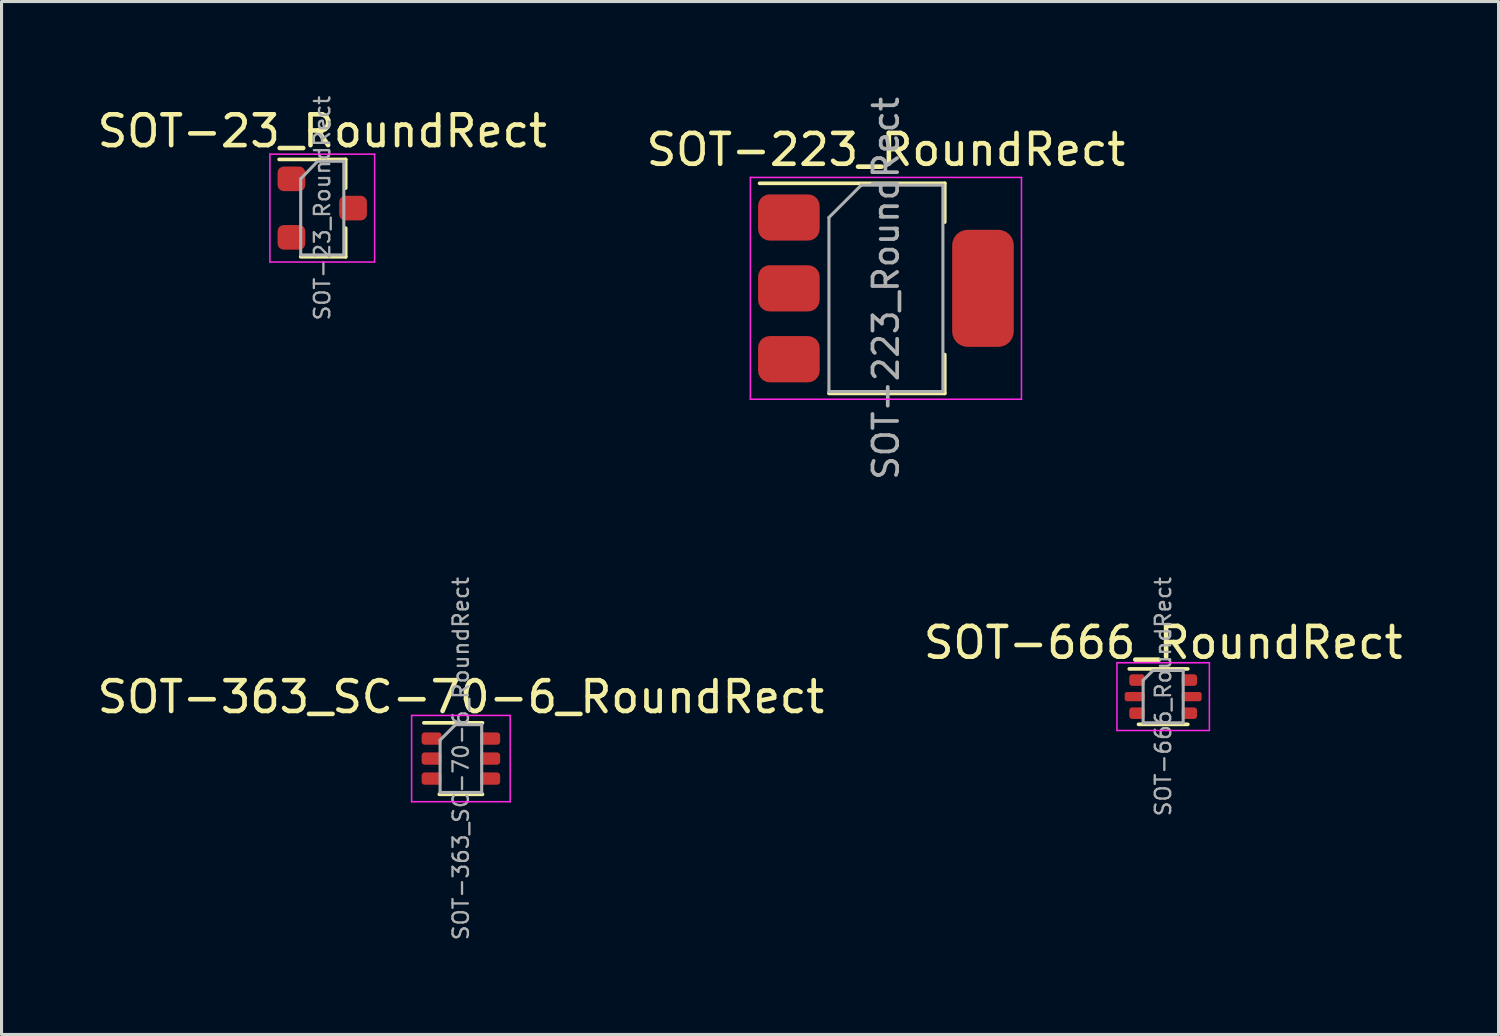
<source format=kicad_pcb>
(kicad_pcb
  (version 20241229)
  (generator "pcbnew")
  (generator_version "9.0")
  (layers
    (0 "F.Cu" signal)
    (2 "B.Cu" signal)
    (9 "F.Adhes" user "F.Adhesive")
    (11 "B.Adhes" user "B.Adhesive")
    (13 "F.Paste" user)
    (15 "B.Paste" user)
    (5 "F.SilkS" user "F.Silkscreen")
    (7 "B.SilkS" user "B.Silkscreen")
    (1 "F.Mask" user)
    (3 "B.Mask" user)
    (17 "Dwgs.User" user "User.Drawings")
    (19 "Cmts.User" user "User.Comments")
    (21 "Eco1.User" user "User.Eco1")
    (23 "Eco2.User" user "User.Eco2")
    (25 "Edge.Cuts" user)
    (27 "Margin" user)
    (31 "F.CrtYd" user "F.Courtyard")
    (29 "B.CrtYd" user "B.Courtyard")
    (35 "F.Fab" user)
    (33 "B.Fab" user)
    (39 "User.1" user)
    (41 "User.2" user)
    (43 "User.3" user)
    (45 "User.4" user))
  (footprint "SOT-223_RoundRect"
    (layer "F.Cu")
    (at 25.708 6.31)
    (property "Reference" "SOT-223_RoundRect" (at 0 -4.5 0) (layer "F.SilkS") (effects (font (size 1 1) (thickness 0.15))))
    (attr smd)
    (fp_line (start -4.1 -3.41) (end 1.91 -3.41) (stroke (width 0.12) (type solid)) (layer "F.SilkS"))
    (fp_line (start -1.85 3.41) (end 1.91 3.41) (stroke (width 0.12) (type solid)) (layer "F.SilkS"))
    (fp_line (start 1.91 -3.41) (end 1.91 -2.15) (stroke (width 0.12) (type solid)) (layer "F.SilkS"))
    (fp_line (start 1.91 3.41) (end 1.91 2.15) (stroke (width 0.12) (type solid)) (layer "F.SilkS"))
    (fp_line (start -4.4 -3.6) (end -4.4 3.6) (stroke (width 0.05) (type solid)) (layer "F.CrtYd"))
    (fp_line (start -4.4 3.6) (end 4.4 3.6) (stroke (width 0.05) (type solid)) (layer "F.CrtYd"))
    (fp_line (start 4.4 -3.6) (end -4.4 -3.6) (stroke (width 0.05) (type solid)) (layer "F.CrtYd"))
    (fp_line (start 4.4 3.6) (end 4.4 -3.6) (stroke (width 0.05) (type solid)) (layer "F.CrtYd"))
    (fp_line (start -1.85 -2.3) (end -1.85 3.35) (stroke (width 0.1) (type solid)) (layer "F.Fab"))
    (fp_line (start -1.85 -2.3) (end -0.8 -3.35) (stroke (width 0.1) (type solid)) (layer "F.Fab"))
    (fp_line (start -1.85 3.35) (end 1.85 3.35) (stroke (width 0.1) (type solid)) (layer "F.Fab"))
    (fp_line (start -0.8 -3.35) (end 1.85 -3.35) (stroke (width 0.1) (type solid)) (layer "F.Fab"))
    (fp_line (start 1.85 -3.35) (end 1.85 3.35) (stroke (width 0.1) (type solid)) (layer "F.Fab"))
    (fp_text user "${REFERENCE}" (at 0 0 90) (layer "F.Fab") (effects (font (size 0.8 0.8) (thickness 0.12))))
    (pad "1" smd roundrect (at -3.15 -2.3) (size 2 1.5) (layers "F.Cu" "F.Mask" "F.Paste") (roundrect_rratio 0.25))
    (pad "2" smd roundrect (at -3.15 0) (size 2 1.5) (layers "F.Cu" "F.Mask" "F.Paste") (roundrect_rratio 0.25))
    (pad "3" smd roundrect (at -3.15 2.3) (size 2 1.5) (layers "F.Cu" "F.Mask" "F.Paste") (roundrect_rratio 0.25))
    (pad "4" smd roundrect (at 3.15 0) (size 2 3.8) (layers "F.Cu" "F.Mask" "F.Paste") (roundrect_rratio 0.25)))
  (footprint "SOT-666_RoundRect"
    (layer "F.Cu")
    (at 34.708 19.563)
    (property "Reference" "SOT-666_RoundRect" (at 0 -1.75 0) (layer "F.SilkS") (effects (font (size 1 1) (thickness 0.15))))
    (attr smd)
    (fp_line (start -0.8 0.9) (end 0.8 0.9) (stroke (width 0.12) (type solid)) (layer "F.SilkS"))
    (fp_line (start 0.8 -0.9) (end -1.1 -0.9) (stroke (width 0.12) (type solid)) (layer "F.SilkS"))
    (fp_line (start -1.5 -1.1) (end -1.5 1.1) (stroke (width 0.05) (type solid)) (layer "F.CrtYd"))
    (fp_line (start -1.5 -1.1) (end 1.5 -1.1) (stroke (width 0.05) (type solid)) (layer "F.CrtYd"))
    (fp_line (start -1.5 1.1) (end 1.5 1.1) (stroke (width 0.05) (type solid)) (layer "F.CrtYd"))
    (fp_line (start 1.5 1.1) (end 1.5 -1.1) (stroke (width 0.05) (type solid)) (layer "F.CrtYd"))
    (fp_line (start -0.65 -0.53) (end -0.65 0.85) (stroke (width 0.1) (type solid)) (layer "F.Fab"))
    (fp_line (start -0.65 -0.53) (end -0.33 -0.85) (stroke (width 0.1) (type solid)) (layer "F.Fab"))
    (fp_line (start 0.65 -0.85) (end -0.33 -0.85) (stroke (width 0.1) (type solid)) (layer "F.Fab"))
    (fp_line (start 0.65 -0.85) (end 0.65 0.85) (stroke (width 0.1) (type solid)) (layer "F.Fab"))
    (fp_line (start 0.65 0.85) (end -0.65 0.85) (stroke (width 0.1) (type solid)) (layer "F.Fab"))
    (fp_text user "${REFERENCE}" (at 0 0 90) (layer "F.Fab") (effects (font (size 0.5 0.5) (thickness 0.075))))
    (pad "1" smd roundrect (at -0.85 -0.537) (size 0.5 0.375) (layers "F.Cu" "F.Mask" "F.Paste") (roundrect_rratio 0.25))
    (pad "2" smd roundrect (at -0.925 0) (size 0.65 0.3) (layers "F.Cu" "F.Mask" "F.Paste") (roundrect_rratio 0.25))
    (pad "3" smd roundrect (at -0.85 0.537) (size 0.5 0.375) (layers "F.Cu" "F.Mask" "F.Paste") (roundrect_rratio 0.25))
    (pad "4" smd roundrect (at 0.85 0.537) (size 0.5 0.375) (layers "F.Cu" "F.Mask" "F.Paste") (roundrect_rratio 0.25))
    (pad "5" smd roundrect (at 0.925 0) (size 0.65 0.3) (layers "F.Cu" "F.Mask" "F.Paste") (roundrect_rratio 0.25))
    (pad "6" smd roundrect (at 0.85 -0.537) (size 0.5 0.375) (layers "F.Cu" "F.Mask" "F.Paste") (roundrect_rratio 0.25)))
  (footprint "SOT-23_RoundRect"
    (layer "F.Cu")
    (at 7.411 3.705)
    (property "Reference" "SOT-23_RoundRect" (at 0 -2.5 0) (layer "F.SilkS") (effects (font (size 1 1) (thickness 0.15))))
    (attr smd)
    (fp_line (start 0.76 -1.58) (end -1.4 -1.58) (stroke (width 0.12) (type solid)) (layer "F.SilkS"))
    (fp_line (start 0.76 -1.58) (end 0.76 -0.65) (stroke (width 0.12) (type solid)) (layer "F.SilkS"))
    (fp_line (start 0.76 1.58) (end -0.7 1.58) (stroke (width 0.12) (type solid)) (layer "F.SilkS"))
    (fp_line (start 0.76 1.58) (end 0.76 0.65) (stroke (width 0.12) (type solid)) (layer "F.SilkS"))
    (fp_line (start -1.7 -1.75) (end 1.7 -1.75) (stroke (width 0.05) (type solid)) (layer "F.CrtYd"))
    (fp_line (start -1.7 1.75) (end -1.7 -1.75) (stroke (width 0.05) (type solid)) (layer "F.CrtYd"))
    (fp_line (start 1.7 -1.75) (end 1.7 1.75) (stroke (width 0.05) (type solid)) (layer "F.CrtYd"))
    (fp_line (start 1.7 1.75) (end -1.7 1.75) (stroke (width 0.05) (type solid)) (layer "F.CrtYd"))
    (fp_line (start -0.7 -0.95) (end -0.7 1.5) (stroke (width 0.1) (type solid)) (layer "F.Fab"))
    (fp_line (start -0.7 -0.95) (end -0.15 -1.52) (stroke (width 0.1) (type solid)) (layer "F.Fab"))
    (fp_line (start -0.7 1.52) (end 0.7 1.52) (stroke (width 0.1) (type solid)) (layer "F.Fab"))
    (fp_line (start -0.15 -1.52) (end 0.7 -1.52) (stroke (width 0.1) (type solid)) (layer "F.Fab"))
    (fp_line (start 0.7 -1.52) (end 0.7 1.52) (stroke (width 0.1) (type solid)) (layer "F.Fab"))
    (fp_text user "${REFERENCE}" (at 0 0 90) (layer "F.Fab") (effects (font (size 0.5 0.5) (thickness 0.075))))
    (pad "1" smd roundrect (at -1 -0.95) (size 0.9 0.8) (layers "F.Cu" "F.Mask" "F.Paste") (roundrect_rratio 0.25))
    (pad "2" smd roundrect (at -1 0.95) (size 0.9 0.8) (layers "F.Cu" "F.Mask" "F.Paste") (roundrect_rratio 0.25))
    (pad "3" smd roundrect (at 1 0) (size 0.9 0.8) (layers "F.Cu" "F.Mask" "F.Paste") (roundrect_rratio 0.25)))
  (footprint "SOT-363_SC-70-6_RoundRect"
    (layer "F.Cu")
    (at 11.911 21.574)
    (property "Reference" "SOT-363_SC-70-6_RoundRect" (at 0 -2 0) (layer "F.SilkS") (effects (font (size 1 1) (thickness 0.15))))
    (attr smd)
    (fp_line (start -0.7 1.16) (end 0.7 1.16) (stroke (width 0.12) (type solid)) (layer "F.SilkS"))
    (fp_line (start 0.7 -1.16) (end -1.2 -1.16) (stroke (width 0.12) (type solid)) (layer "F.SilkS"))
    (fp_line (start -1.6 -1.4) (end -1.6 1.4) (stroke (width 0.05) (type solid)) (layer "F.CrtYd"))
    (fp_line (start -1.6 -1.4) (end 1.6 -1.4) (stroke (width 0.05) (type solid)) (layer "F.CrtYd"))
    (fp_line (start -1.6 1.4) (end 1.6 1.4) (stroke (width 0.05) (type solid)) (layer "F.CrtYd"))
    (fp_line (start 1.6 1.4) (end 1.6 -1.4) (stroke (width 0.05) (type solid)) (layer "F.CrtYd"))
    (fp_line (start -0.675 -0.6) (end -0.675 1.1) (stroke (width 0.1) (type solid)) (layer "F.Fab"))
    (fp_line (start -0.175 -1.1) (end -0.675 -0.6) (stroke (width 0.1) (type solid)) (layer "F.Fab"))
    (fp_line (start 0.675 -1.1) (end -0.175 -1.1) (stroke (width 0.1) (type solid)) (layer "F.Fab"))
    (fp_line (start 0.675 -1.1) (end 0.675 1.1) (stroke (width 0.1) (type solid)) (layer "F.Fab"))
    (fp_line (start 0.675 1.1) (end -0.675 1.1) (stroke (width 0.1) (type solid)) (layer "F.Fab"))
    (fp_text user "${REFERENCE}" (at 0 0 90) (layer "F.Fab") (effects (font (size 0.5 0.5) (thickness 0.075))))
    (pad "1" smd roundrect (at -0.95 -0.65) (size 0.65 0.4) (layers "F.Cu" "F.Mask" "F.Paste") (roundrect_rratio 0.25))
    (pad "2" smd roundrect (at -0.95 0) (size 0.65 0.4) (layers "F.Cu" "F.Mask" "F.Paste") (roundrect_rratio 0.25))
    (pad "3" smd roundrect (at -0.95 0.65) (size 0.65 0.4) (layers "F.Cu" "F.Mask" "F.Paste") (roundrect_rratio 0.25))
    (pad "4" smd roundrect (at 0.95 0.65) (size 0.65 0.4) (layers "F.Cu" "F.Mask" "F.Paste") (roundrect_rratio 0.25))
    (pad "5" smd roundrect (at 0.95 0) (size 0.65 0.4) (layers "F.Cu" "F.Mask" "F.Paste") (roundrect_rratio 0.25))
    (pad "6" smd roundrect (at 0.95 -0.65) (size 0.65 0.4) (layers "F.Cu" "F.Mask" "F.Paste") (roundrect_rratio 0.25)))
  (gr_rect
    (start -3 -3)
    (end 45.595 30.53)
    (stroke (width 0.1) (type default))
    (fill no)
    (layer "Edge.Cuts")))
</source>
